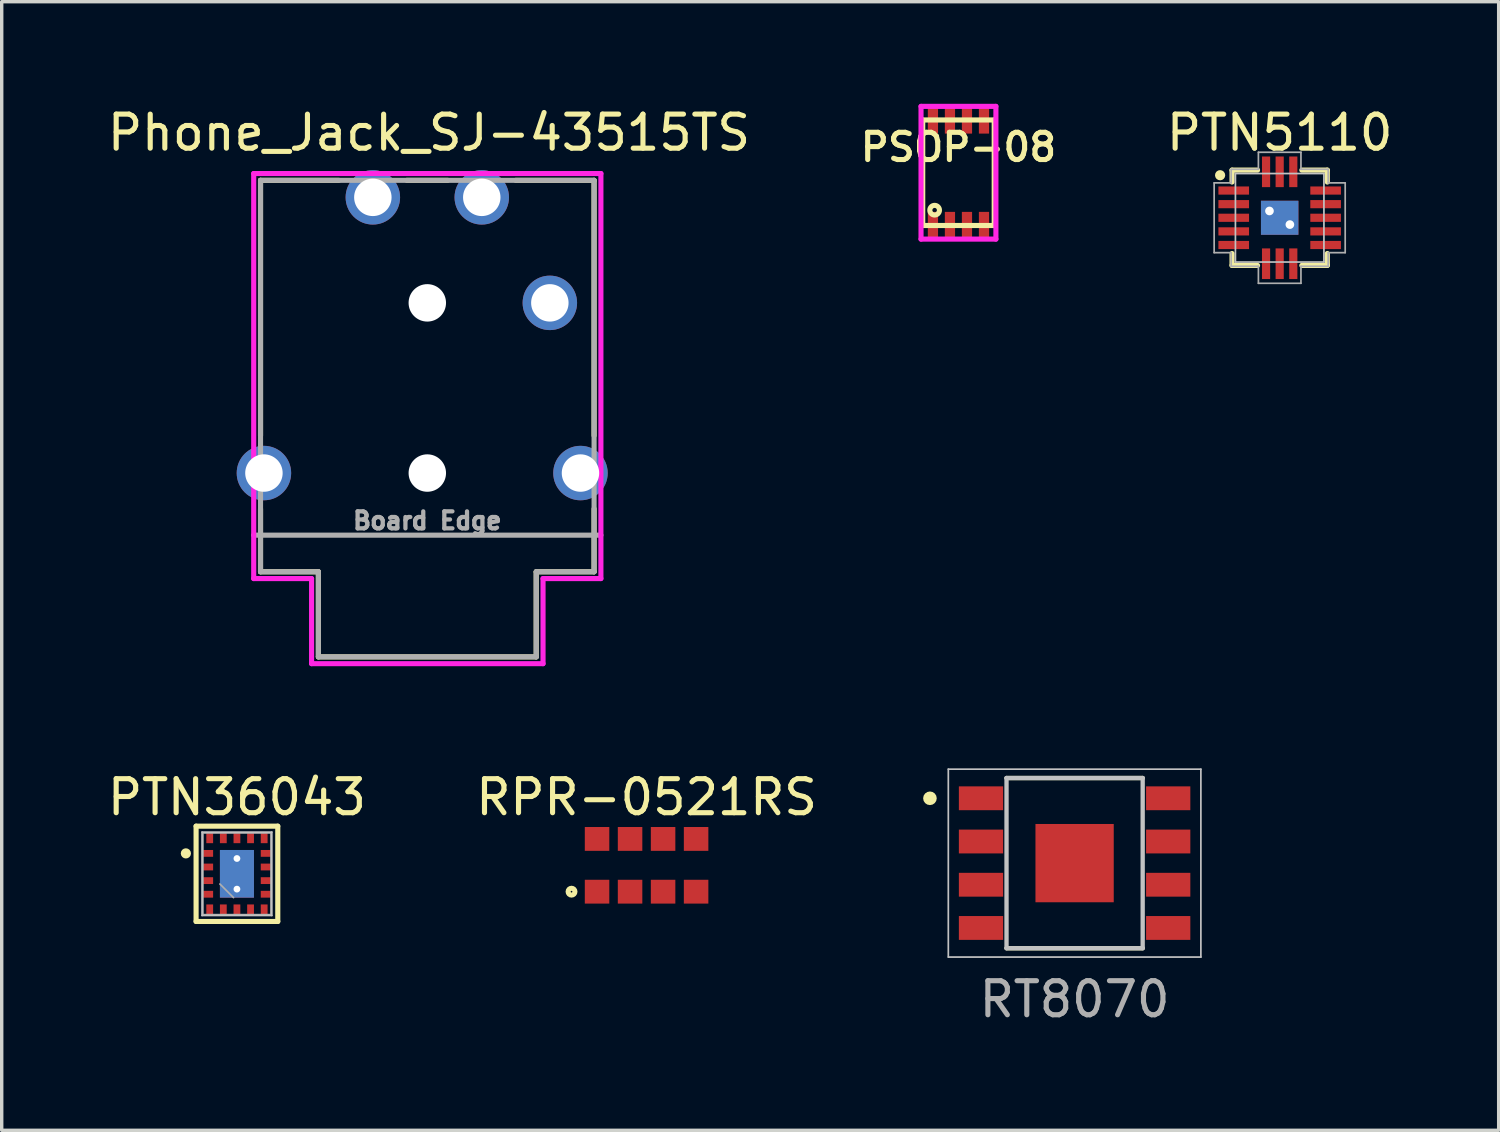
<source format=kicad_pcb>
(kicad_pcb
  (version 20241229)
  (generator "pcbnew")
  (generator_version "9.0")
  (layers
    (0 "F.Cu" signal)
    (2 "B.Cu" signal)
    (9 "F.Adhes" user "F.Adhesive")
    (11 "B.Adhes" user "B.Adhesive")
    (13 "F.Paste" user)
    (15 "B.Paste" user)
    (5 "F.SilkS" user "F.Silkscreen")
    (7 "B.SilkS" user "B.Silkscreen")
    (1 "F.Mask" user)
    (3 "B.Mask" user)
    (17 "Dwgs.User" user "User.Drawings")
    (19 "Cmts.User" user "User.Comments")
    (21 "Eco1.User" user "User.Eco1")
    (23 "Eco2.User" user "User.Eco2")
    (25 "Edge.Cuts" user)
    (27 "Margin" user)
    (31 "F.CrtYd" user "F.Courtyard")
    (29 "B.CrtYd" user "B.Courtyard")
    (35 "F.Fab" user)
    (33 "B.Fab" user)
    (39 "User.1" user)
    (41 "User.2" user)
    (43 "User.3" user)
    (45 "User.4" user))
  (footprint "RT8070"
    (layer "F.Cu")
    (at 28.521 22.308)
    (property "Reference" "RT8070" (at 0 4 0) (layer "F.Fab") (effects (font (size 1 1) (thickness 0.15))))
    (attr smd)
    (fp_line (start -2 -2.5) (end 2 -2.5) (stroke (width 0.127) (type solid)) (layer "F.SilkS"))
    (fp_line (start -2 2.5) (end 2 2.5) (stroke (width 0.127) (type solid)) (layer "F.SilkS"))
    (fp_circle (center -4.25 -1.905) (end -4.25 -1.805) (stroke (width 0.2) (type solid)) (fill no) (layer "F.SilkS"))
    (fp_line (start -3.71 -2.76) (end -3.71 2.76) (stroke (width 0.05) (type solid)) (layer "Dwgs.User"))
    (fp_line (start -3.71 -2.76) (end 3.71 -2.76) (stroke (width 0.05) (type solid)) (layer "Dwgs.User"))
    (fp_line (start -3.71 2.76) (end 3.71 2.76) (stroke (width 0.05) (type solid)) (layer "Dwgs.User"))
    (fp_line (start -2 -2.5) (end -2 2.5) (stroke (width 0.127) (type solid)) (layer "Dwgs.User"))
    (fp_line (start -2 -2.5) (end 2 -2.5) (stroke (width 0.127) (type solid)) (layer "Dwgs.User"))
    (fp_line (start -2 2.5) (end 2 2.5) (stroke (width 0.127) (type solid)) (layer "Dwgs.User"))
    (fp_line (start 2 -2.5) (end 2 2.5) (stroke (width 0.127) (type solid)) (layer "Dwgs.User"))
    (fp_line (start 3.71 -2.76) (end 3.71 2.76) (stroke (width 0.05) (type solid)) (layer "Dwgs.User"))
    (pad "1" smd rect (at -2.75 -1.905) (size 1.3 0.7) (layers "F.Cu" "F.Mask" "F.Paste"))
    (pad "2" smd rect (at -2.75 -0.635) (size 1.3 0.7) (layers "F.Cu" "F.Mask" "F.Paste"))
    (pad "3" smd rect (at -2.75 0.635) (size 1.3 0.7) (layers "F.Cu" "F.Mask" "F.Paste"))
    (pad "4" smd rect (at -2.75 1.905) (size 1.3 0.7) (layers "F.Cu" "F.Mask" "F.Paste"))
    (pad "5" smd rect (at 2.75 1.905) (size 1.3 0.7) (layers "F.Cu" "F.Mask" "F.Paste"))
    (pad "6" smd rect (at 2.75 0.635) (size 1.3 0.7) (layers "F.Cu" "F.Mask" "F.Paste"))
    (pad "7" smd rect (at 2.75 -0.635) (size 1.3 0.7) (layers "F.Cu" "F.Mask" "F.Paste"))
    (pad "8" smd rect (at 2.75 -1.905) (size 1.3 0.7) (layers "F.Cu" "F.Mask" "F.Paste"))
    (pad "9" smd rect (at 0 0) (size 2.3 2.3) (layers "F.Cu" "F.Mask" "F.Paste")))
  (footprint "PTN5110"
    (layer "F.Cu")
    (at 34.546 3.348)
    (property "Reference" "PTN5110" (at 0 -2.5 0) (layer "F.SilkS") (effects (font (size 1 1) (thickness 0.15))))
    (attr through_hole)
    (fp_line (start -1.4 -1.4) (end -0.65 -1.4) (stroke (width 0.15) (type solid)) (layer "F.SilkS"))
    (fp_line (start -1.4 -1.05) (end -1.4 -1.4) (stroke (width 0.15) (type solid)) (layer "F.SilkS"))
    (fp_line (start -1.4 1.4) (end -1.4 1.05) (stroke (width 0.15) (type solid)) (layer "F.SilkS"))
    (fp_line (start -0.65 1.4) (end -1.4 1.4) (stroke (width 0.15) (type solid)) (layer "F.SilkS"))
    (fp_line (start 1.4 -1.4) (end 0.65 -1.4) (stroke (width 0.15) (type solid)) (layer "F.SilkS"))
    (fp_line (start 1.4 -1.4) (end 1.4 -1.05) (stroke (width 0.15) (type solid)) (layer "F.SilkS"))
    (fp_line (start 1.4 1.05) (end 1.4 1.4) (stroke (width 0.15) (type solid)) (layer "F.SilkS"))
    (fp_line (start 1.4 1.4) (end 0.65 1.4) (stroke (width 0.15) (type solid)) (layer "F.SilkS"))
    (fp_circle (center -1.75 -1.25) (end -1.75 -1.175) (stroke (width 0.15) (type solid)) (fill no) (layer "F.SilkS"))
    (fp_line (start -1.3 -1.3) (end -1.3 1.3) (stroke (width 0.05) (type solid)) (layer "Dwgs.User"))
    (fp_line (start -1.3 1.3) (end 1.3 1.3) (stroke (width 0.05) (type solid)) (layer "Dwgs.User"))
    (fp_line (start 1.3 -1.3) (end -1.3 -1.3) (stroke (width 0.05) (type solid)) (layer "Dwgs.User"))
    (fp_line (start 1.3 1.3) (end 1.3 -1.3) (stroke (width 0.05) (type solid)) (layer "Dwgs.User"))
    (fp_line (start -1.925 -1.025) (end -1.925 1.025) (stroke (width 0.05) (type solid)) (layer "F.Fab"))
    (fp_line (start -1.425 -1.425) (end -1.425 -1.025) (stroke (width 0.05) (type solid)) (layer "F.Fab"))
    (fp_line (start -1.425 -1.425) (end -0.625 -1.425) (stroke (width 0.05) (type solid)) (layer "F.Fab"))
    (fp_line (start -1.425 -1.025) (end -1.925 -1.025) (stroke (width 0.05) (type solid)) (layer "F.Fab"))
    (fp_line (start -1.425 1.025) (end -1.925 1.025) (stroke (width 0.05) (type solid)) (layer "F.Fab"))
    (fp_line (start -1.425 1.425) (end -1.425 1.025) (stroke (width 0.05) (type solid)) (layer "F.Fab"))
    (fp_line (start -1.425 1.425) (end -0.625 1.425) (stroke (width 0.05) (type solid)) (layer "F.Fab"))
    (fp_line (start -0.625 -1.925) (end 0.625 -1.925) (stroke (width 0.05) (type solid)) (layer "F.Fab"))
    (fp_line (start -0.625 -1.425) (end -0.625 -1.925) (stroke (width 0.05) (type solid)) (layer "F.Fab"))
    (fp_line (start -0.625 1.425) (end -0.625 1.925) (stroke (width 0.05) (type solid)) (layer "F.Fab"))
    (fp_line (start -0.625 1.925) (end 0.625 1.925) (stroke (width 0.05) (type solid)) (layer "F.Fab"))
    (fp_line (start 0.625 -1.425) (end 0.625 -1.925) (stroke (width 0.05) (type solid)) (layer "F.Fab"))
    (fp_line (start 0.625 1.425) (end 0.625 1.925) (stroke (width 0.05) (type solid)) (layer "F.Fab"))
    (fp_line (start 1.425 -1.425) (end 0.625 -1.425) (stroke (width 0.05) (type solid)) (layer "F.Fab"))
    (fp_line (start 1.425 -1.425) (end 1.425 -1.025) (stroke (width 0.05) (type solid)) (layer "F.Fab"))
    (fp_line (start 1.425 1.425) (end 0.625 1.425) (stroke (width 0.05) (type solid)) (layer "F.Fab"))
    (fp_line (start 1.425 1.425) (end 1.425 1.025) (stroke (width 0.05) (type solid)) (layer "F.Fab"))
    (fp_line (start 1.925 -1.025) (end 1.425 -1.025) (stroke (width 0.05) (type solid)) (layer "F.Fab"))
    (fp_line (start 1.925 -1.025) (end 1.925 1.025) (stroke (width 0.05) (type solid)) (layer "F.Fab"))
    (fp_line (start 1.925 1.025) (end 1.425 1.025) (stroke (width 0.05) (type solid)) (layer "F.Fab"))
    (pad "1" smd rect (at -1.35 -0.8) (size 0.9 0.24) (layers "F.Cu" "F.Mask" "F.Paste"))
    (pad "2" smd rect (at -1.35 -0.4) (size 0.9 0.24) (layers "F.Cu" "F.Mask" "F.Paste"))
    (pad "3" smd rect (at -1.35 0) (size 0.9 0.24) (layers "F.Cu" "F.Mask" "F.Paste"))
    (pad "4" smd rect (at -1.35 0.4) (size 0.9 0.24) (layers "F.Cu" "F.Mask" "F.Paste"))
    (pad "5" smd rect (at -1.35 0.8) (size 0.9 0.24) (layers "F.Cu" "F.Mask" "F.Paste"))
    (pad "6" smd rect (at -0.4 1.35) (size 0.24 0.9) (layers "F.Cu" "F.Mask" "F.Paste"))
    (pad "7" smd rect (at 0 1.35) (size 0.24 0.9) (layers "F.Cu" "F.Mask" "F.Paste"))
    (pad "8" smd rect (at 0.4 1.35) (size 0.24 0.9) (layers "F.Cu" "F.Mask" "F.Paste"))
    (pad "9" smd rect (at 1.35 0.8) (size 0.9 0.24) (layers "F.Cu" "F.Mask" "F.Paste"))
    (pad "10" smd rect (at 1.35 0.4) (size 0.9 0.24) (layers "F.Cu" "F.Mask" "F.Paste"))
    (pad "11" smd rect (at 1.35 0) (size 0.9 0.24) (layers "F.Cu" "F.Mask" "F.Paste"))
    (pad "12" smd rect (at 1.35 -0.4) (size 0.9 0.24) (layers "F.Cu" "F.Mask" "F.Paste"))
    (pad "13" smd rect (at 1.35 -0.8) (size 0.9 0.24) (layers "F.Cu" "F.Mask" "F.Paste"))
    (pad "14" smd rect (at 0.4 -1.35) (size 0.24 0.9) (layers "F.Cu" "F.Mask" "F.Paste"))
    (pad "15" smd rect (at 0 -1.35) (size 0.24 0.9) (layers "F.Cu" "F.Mask" "F.Paste"))
    (pad "16" smd rect (at -0.4 -1.35) (size 0.24 0.9) (layers "F.Cu" "F.Mask" "F.Paste"))
    (pad "17" thru_hole circle (at -0.3 -0.2) (size 0.254 0.254) (drill 0.254) (layers "*.Cu" "F.Mask"))
    (pad "17" smd rect (at 0 0) (size 1.1 1) (layers "F.Cu" "F.Mask" "F.Paste"))
    (pad "17" smd rect (at 0 0) (size 1.1 1) (layers "B.Cu"))
    (pad "17" thru_hole circle (at 0.3 0.2) (size 0.254 0.254) (drill 0.254) (layers "*.Cu" "F.Mask")))
  (footprint "Phone_Jack_SJ-43515TS"
    (layer "F.Cu")
    (at 9.504 8.348)
    (property "Reference" "Phone_Jack_SJ-43515TS" (at 0.05 -7.5 0) (layer "F.SilkS") (effects (font (size 1 1) (thickness 0.15))))
    (attr through_hole)
    (fp_line (start -4.9 -6.1) (end -4.9 1.4) (stroke (width 0.15) (type solid)) (layer "F.SilkS"))
    (fp_line (start -4.9 5.4) (end -4.9 3.55) (stroke (width 0.15) (type solid)) (layer "F.SilkS"))
    (fp_line (start -3.2 5.4) (end -4.9 5.4) (stroke (width 0.15) (type solid)) (layer "F.SilkS"))
    (fp_line (start -3.2 7.9) (end -3.2 5.4) (stroke (width 0.15) (type solid)) (layer "F.SilkS"))
    (fp_line (start -3.2 7.9) (end 3.2 7.9) (stroke (width 0.15) (type solid)) (layer "F.SilkS"))
    (fp_line (start -2.6 -6.1) (end -4.9 -6.1) (stroke (width 0.15) (type solid)) (layer "F.SilkS"))
    (fp_line (start -0.6 -6.1) (end 0.6 -6.1) (stroke (width 0.15) (type solid)) (layer "F.SilkS"))
    (fp_line (start 2.6 -6.1) (end 4.9 -6.1) (stroke (width 0.15) (type solid)) (layer "F.SilkS"))
    (fp_line (start 3.2 5.4) (end 4.9 5.4) (stroke (width 0.15) (type solid)) (layer "F.SilkS"))
    (fp_line (start 3.2 7.9) (end 3.2 5.4) (stroke (width 0.15) (type solid)) (layer "F.SilkS"))
    (fp_line (start 4.9 -6.1) (end 4.9 1.4) (stroke (width 0.15) (type solid)) (layer "F.SilkS"))
    (fp_line (start 4.9 5.4) (end 4.9 3.55) (stroke (width 0.15) (type solid)) (layer "F.SilkS"))
    (fp_line (start -5.1 -6.3) (end -5.1 5.6) (stroke (width 0.15) (type solid)) (layer "F.CrtYd"))
    (fp_line (start -5.1 5.6) (end -3.4 5.6) (stroke (width 0.15) (type solid)) (layer "F.CrtYd"))
    (fp_line (start -3.4 5.6) (end -3.4 8.1) (stroke (width 0.15) (type solid)) (layer "F.CrtYd"))
    (fp_line (start -3.4 8.1) (end 3.4 8.1) (stroke (width 0.15) (type solid)) (layer "F.CrtYd"))
    (fp_line (start 3.4 5.6) (end 5.1 5.6) (stroke (width 0.15) (type solid)) (layer "F.CrtYd"))
    (fp_line (start 3.4 8.1) (end 3.4 5.6) (stroke (width 0.15) (type solid)) (layer "F.CrtYd"))
    (fp_line (start 5.1 -6.3) (end -5.1 -6.3) (stroke (width 0.15) (type solid)) (layer "F.CrtYd"))
    (fp_line (start 5.1 5.6) (end 5.1 -6.3) (stroke (width 0.15) (type solid)) (layer "F.CrtYd"))
    (fp_line (start -4.9 -6.1) (end -4.9 5.4) (stroke (width 0.15) (type solid)) (layer "F.Fab"))
    (fp_line (start -4.9 5.4) (end -3.2 5.4) (stroke (width 0.15) (type solid)) (layer "F.Fab"))
    (fp_line (start -3.2 5.4) (end -3.2 7.9) (stroke (width 0.15) (type solid)) (layer "F.Fab"))
    (fp_line (start -3.2 7.9) (end 3.2 7.9) (stroke (width 0.15) (type solid)) (layer "F.Fab"))
    (fp_line (start 3.2 5.4) (end 4.9 5.4) (stroke (width 0.15) (type solid)) (layer "F.Fab"))
    (fp_line (start 3.2 7.9) (end 3.2 5.4) (stroke (width 0.15) (type solid)) (layer "F.Fab"))
    (fp_line (start 4.9 -6.1) (end -4.9 -6.1) (stroke (width 0.15) (type solid)) (layer "F.Fab"))
    (fp_line (start 4.9 5.4) (end 4.9 -6.1) (stroke (width 0.15) (type solid)) (layer "F.Fab"))
    (fp_line (start 5.1 4.325) (end -5.1 4.325) (stroke (width 0.15) (type solid)) (layer "F.Fab"))
    (fp_text user "Board Edge" (at 0 3.9 0) (layer "F.Fab") (effects (font (size 0.5 0.5) (thickness 0.125))))
    (pad "" np_thru_hole circle (at 0 -2.5) (size 1.1 1.1) (drill 1.1) (layers "*.Cu" "*.Mask"))
    (pad "" np_thru_hole circle (at 0 2.5) (size 1.1 1.1) (drill 1.1) (layers "*.Cu" "*.Mask"))
    (pad "1" thru_hole circle (at -4.8 2.5) (size 1.6 1.6) (drill 1.1) (layers "*.Cu" "*.Mask"))
    (pad "2" thru_hole circle (at 3.6 -2.5) (size 1.6 1.6) (drill 1.1) (layers "*.Cu" "*.Mask"))
    (pad "3" thru_hole circle (at -1.6 -5.6) (size 1.6 1.6) (drill 1.1) (layers "*.Cu" "*.Mask"))
    (pad "4" thru_hole circle (at 4.5 2.5) (size 1.6 1.6) (drill 1.1) (layers "*.Cu" "*.Mask"))
    (pad "5" thru_hole circle (at 1.6 -5.6) (size 1.6 1.6) (drill 1.1) (layers "*.Cu" "*.Mask")))
  (footprint "PTN36043"
    (layer "F.Cu")
    (at 3.911 22.622)
    (property "Reference" "PTN36043" (at 0 -2.25 0) (layer "F.SilkS") (effects (font (size 1 1) (thickness 0.15))))
    (attr smd)
    (fp_line (start -1.2 -1.4) (end -1.2 1.4) (stroke (width 0.15) (type solid)) (layer "F.SilkS"))
    (fp_line (start -1.2 1.4) (end 1.2 1.4) (stroke (width 0.15) (type solid)) (layer "F.SilkS"))
    (fp_line (start 1.2 -1.4) (end -1.2 -1.4) (stroke (width 0.15) (type solid)) (layer "F.SilkS"))
    (fp_line (start 1.2 1.4) (end 1.2 -1.4) (stroke (width 0.15) (type solid)) (layer "F.SilkS"))
    (fp_circle (center -1.5 -0.6) (end -1.5 -0.525) (stroke (width 0.15) (type solid)) (fill no) (layer "F.SilkS"))
    (fp_line (start -1.025 -1.225) (end -1.025 1.225) (stroke (width 0.05) (type solid)) (layer "Dwgs.User"))
    (fp_line (start -1.025 1.225) (end 1.025 1.225) (stroke (width 0.05) (type solid)) (layer "Dwgs.User"))
    (fp_line (start 1.025 -1.225) (end -1.025 -1.225) (stroke (width 0.05) (type solid)) (layer "Dwgs.User"))
    (fp_line (start 1.025 1.225) (end 1.025 -1.225) (stroke (width 0.05) (type solid)) (layer "Dwgs.User"))
    (fp_line (start -1 -1.2) (end -1 1.2) (stroke (width 0.05) (type solid)) (layer "F.Fab"))
    (fp_line (start -1 1.2) (end 1 1.2) (stroke (width 0.05) (type solid)) (layer "F.Fab"))
    (fp_line (start -0.1 0.7) (end -0.5 0.3) (stroke (width 0.05) (type solid)) (layer "F.Fab"))
    (fp_line (start 1 -1.2) (end -1 -1.2) (stroke (width 0.05) (type solid)) (layer "F.Fab"))
    (fp_line (start 1 1.2) (end 1 -1.2) (stroke (width 0.05) (type solid)) (layer "F.Fab"))
    (pad "" smd rect (at 0 0) (size 0.95 1.3) (layers "F.Paste"))
    (pad "1" smd rect (at -0.85 -0.6) (size 0.3 0.2) (layers "F.Cu" "F.Mask" "F.Paste"))
    (pad "2" smd rect (at -0.85 -0.2) (size 0.3 0.2) (layers "F.Cu" "F.Mask" "F.Paste"))
    (pad "3" smd rect (at -0.85 0.2) (size 0.3 0.2) (layers "F.Cu" "F.Mask" "F.Paste"))
    (pad "4" smd rect (at -0.85 0.6) (size 0.3 0.2) (layers "F.Cu" "F.Mask" "F.Paste"))
    (pad "5" smd rect (at -0.8 1.05) (size 0.2 0.3) (layers "F.Cu" "F.Mask" "F.Paste"))
    (pad "6" smd rect (at -0.4 1.05) (size 0.2 0.3) (layers "F.Cu" "F.Mask" "F.Paste"))
    (pad "7" smd rect (at 0 1.05) (size 0.2 0.3) (layers "F.Cu" "F.Mask" "F.Paste"))
    (pad "8" smd rect (at 0.4 1.05) (size 0.2 0.3) (layers "F.Cu" "F.Mask" "F.Paste"))
    (pad "9" smd rect (at 0.8 1.05) (size 0.2 0.3) (layers "F.Cu" "F.Mask" "F.Paste"))
    (pad "10" smd rect (at 0.85 0.6) (size 0.3 0.2) (layers "F.Cu" "F.Mask" "F.Paste"))
    (pad "11" smd rect (at 0.85 0.2) (size 0.3 0.2) (layers "F.Cu" "F.Mask" "F.Paste"))
    (pad "12" smd rect (at 0.85 -0.2) (size 0.3 0.2) (layers "F.Cu" "F.Mask" "F.Paste"))
    (pad "13" smd rect (at 0.85 -0.6) (size 0.3 0.2) (layers "F.Cu" "F.Mask" "F.Paste"))
    (pad "14" smd rect (at 0.8 -1.05) (size 0.2 0.3) (layers "F.Cu" "F.Mask" "F.Paste"))
    (pad "15" smd rect (at 0.4 -1.05) (size 0.2 0.3) (layers "F.Cu" "F.Mask" "F.Paste"))
    (pad "16" smd rect (at 0 -1.05) (size 0.2 0.3) (layers "F.Cu" "F.Mask" "F.Paste"))
    (pad "17" smd rect (at -0.4 -1.05) (size 0.2 0.3) (layers "F.Cu" "F.Mask" "F.Paste"))
    (pad "18" smd rect (at -0.8 -1.05) (size 0.2 0.3) (layers "F.Cu" "F.Mask" "F.Paste"))
    (pad "19" thru_hole circle (at 0 -0.45) (size 0.2 0.2) (drill 0.2) (layers "*.Cu" "F.Mask"))
    (pad "19" smd rect (at 0 0) (size 1 1.4) (layers "F.Cu" "F.Mask" "F.Paste"))
    (pad "19" smd rect (at 0 0) (size 1 1.4) (layers "B.Cu"))
    (pad "19" thru_hole circle (at 0 0.45) (size 0.2 0.2) (drill 0.2) (layers "*.Cu" "F.Mask")))
  (footprint "RPR-0521RS"
    (layer "F.Cu")
    (at 15.946 22.372)
    (property "Reference" "RPR-0521RS" (at 0 -2 0) (layer "F.SilkS") (effects (font (size 1 1) (thickness 0.15))))
    (attr through_hole)
    (fp_circle (center -2.205 0.775) (end -2.305 0.775) (stroke (width 0.15) (type solid)) (fill no) (layer "F.SilkS"))
    (pad "1" smd rect (at -1.455 0.775) (size 0.72 0.7) (layers "F.Cu" "F.Mask" "F.Paste"))
    (pad "2" smd rect (at -0.485 0.775) (size 0.72 0.7) (layers "F.Cu" "F.Mask" "F.Paste"))
    (pad "3" smd rect (at 0.485 0.775) (size 0.72 0.7) (layers "F.Cu" "F.Mask" "F.Paste"))
    (pad "4" smd rect (at 1.455 0.775) (size 0.72 0.7) (layers "F.Cu" "F.Mask" "F.Paste"))
    (pad "5" smd rect (at 1.455 -0.775) (size 0.72 0.7) (layers "F.Cu" "F.Mask" "F.Paste"))
    (pad "6" smd rect (at 0.485 -0.775) (size 0.72 0.7) (layers "F.Cu" "F.Mask" "F.Paste"))
    (pad "7" smd rect (at -0.485 -0.775) (size 0.72 0.7) (layers "F.Cu" "F.Mask" "F.Paste"))
    (pad "8" smd rect (at -1.455 -0.775) (size 0.72 0.7) (layers "F.Cu" "F.Mask" "F.Paste")))
  (footprint "PSOP-08"
    (layer "F.Cu")
    (at 25.109 2.025)
    (property "Reference" "PSOP-08" (at 0 -0.75 0) (layer "F.SilkS") (effects (font (size 0.8 0.8) (thickness 0.15))))
    (attr smd)
    (fp_line (start -1.05 -1.55) (end -1.05 1.55) (stroke (width 0.15) (type solid)) (layer "F.SilkS"))
    (fp_line (start -1.05 -1.55) (end 1.05 -1.55) (stroke (width 0.15) (type solid)) (layer "F.SilkS"))
    (fp_line (start 1.05 1.55) (end -1.05 1.55) (stroke (width 0.15) (type solid)) (layer "F.SilkS"))
    (fp_line (start 1.05 1.55) (end 1.05 -1.55) (stroke (width 0.15) (type solid)) (layer "F.SilkS"))
    (fp_circle (center -0.7 1.1) (end -0.6 1.2) (stroke (width 0.15) (type solid)) (fill no) (layer "F.SilkS"))
    (fp_line (start -1.1 -1.95) (end 1.1 -1.95) (stroke (width 0.15) (type solid)) (layer "F.CrtYd"))
    (fp_line (start -1.1 1.95) (end -1.1 -1.95) (stroke (width 0.15) (type solid)) (layer "F.CrtYd"))
    (fp_line (start 1.1 -1.95) (end 1.1 1.95) (stroke (width 0.15) (type solid)) (layer "F.CrtYd"))
    (fp_line (start 1.1 1.95) (end -1.1 1.95) (stroke (width 0.15) (type solid)) (layer "F.CrtYd"))
    (pad "1" smd rect (at -0.75 1.55) (size 0.3 0.8) (layers "F.Cu" "F.Mask" "F.Paste"))
    (pad "2" smd rect (at -0.25 1.55) (size 0.3 0.8) (layers "F.Cu" "F.Mask" "F.Paste"))
    (pad "3" smd rect (at 0.25 1.55) (size 0.3 0.8) (layers "F.Cu" "F.Mask" "F.Paste"))
    (pad "4" smd rect (at 0.75 1.55) (size 0.3 0.8) (layers "F.Cu" "F.Mask" "F.Paste"))
    (pad "5" smd rect (at 0.75 -1.55) (size 0.3 0.8) (layers "F.Cu" "F.Mask" "F.Paste"))
    (pad "6" smd rect (at 0.25 -1.55) (size 0.3 0.8) (layers "F.Cu" "F.Mask" "F.Paste"))
    (pad "7" smd rect (at -0.25 -1.55) (size 0.3 0.8) (layers "F.Cu" "F.Mask" "F.Paste"))
    (pad "8" smd rect (at -0.75 -1.55) (size 0.3 0.8) (layers "F.Cu" "F.Mask" "F.Paste")))
  (gr_rect
    (start -3 -3)
    (end 40.98 30.157)
    (stroke (width 0.1) (type default))
    (fill no)
    (layer "Edge.Cuts")))
</source>
